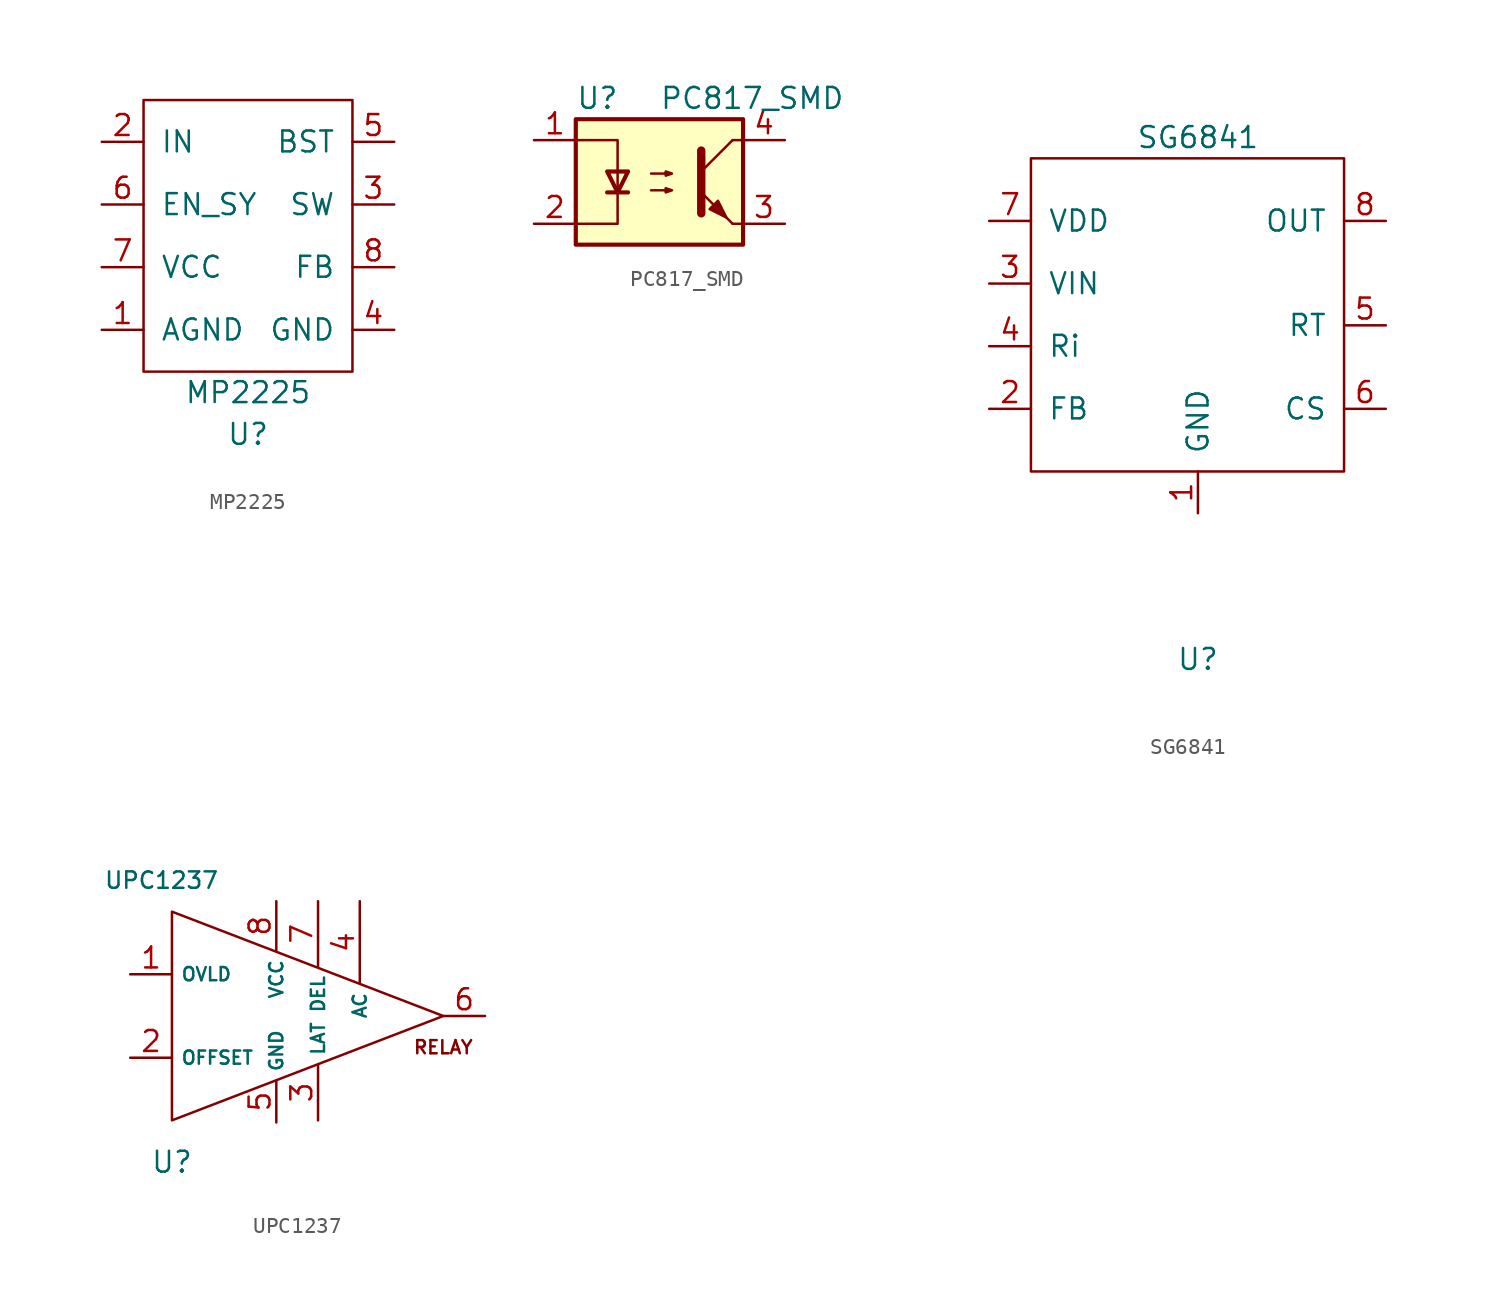
<source format=kicad_sym>
(kicad_symbol_lib
  (version 20211014)
  (generator kicad_symbol_editor)
  (symbol "MP2225"
    (pin_names
      (offset 1.016))
    (property "Reference" "U"
      (at 0 -12.7 0)
      (effects (font (size 1.27 1.27))))
    (property "Value" "MP2225"
      (at 0 -10.16 0)
      (effects (font (size 1.27 1.27))))
    (symbol "MP2225_0_1"
      (rectangle (start 6.35 7.62) (end -6.35 -8.89) (stroke (width 0) (type default) (color 0 0 0 0)) (fill (type none))))
    (symbol "MP2225_1_1"
      (pin input line (at -8.89 -6.35 0) (length 2.54) (name "AGND" (effects (font (size 1.27 1.27)))) (number "1" (effects (font (size 1.27 1.27)))))
      (pin input line (at -8.89 5.08 0) (length 2.54) (name "IN" (effects (font (size 1.27 1.27)))) (number "2" (effects (font (size 1.27 1.27)))))
      (pin input line (at 8.89 1.27 180) (length 2.54) (name "SW" (effects (font (size 1.27 1.27)))) (number "3" (effects (font (size 1.27 1.27)))))
      (pin input line (at 8.89 -6.35 180) (length 2.54) (name "GND" (effects (font (size 1.27 1.27)))) (number "4" (effects (font (size 1.27 1.27)))))
      (pin input line (at 8.89 5.08 180) (length 2.54) (name "BST" (effects (font (size 1.27 1.27)))) (number "5" (effects (font (size 1.27 1.27)))))
      (pin input line (at -8.89 1.27 0) (length 2.54) (name "EN_SY" (effects (font (size 1.27 1.27)))) (number "6" (effects (font (size 1.27 1.27)))))
      (pin input line (at -8.89 -2.54 0) (length 2.54) (name "VCC" (effects (font (size 1.27 1.27)))) (number "7" (effects (font (size 1.27 1.27)))))
      (pin input line (at 8.89 -2.54 180) (length 2.54) (name "FB" (effects (font (size 1.27 1.27)))) (number "8" (effects (font (size 1.27 1.27)))))))
  (symbol "PC817_SMD"
    (pin_names
      (offset 1.016))
    (property "Reference" "U"
      (at -5.08 5.08 0)
      (effects (font (size 1.27 1.27)) (justify left)))
    (property "Value" "PC817_SMD"
      (at 0 5.08 0)
      (effects (font (size 1.27 1.27)) (justify left)))
    (symbol "PC817_SMD_0_1"
      (rectangle (start -5.08 3.81) (end 5.08 -3.81) (stroke (width 0.254) (type default) (color 0 0 0 0)) (fill (type background)))
      (polyline (pts (xy -3.175 -0.635) (xy -1.905 -0.635)) (stroke (width 0.254) (type default) (color 0 0 0 0)) (fill (type none)))
      (polyline (pts (xy 2.54 0.635) (xy 4.445 2.54)) (stroke (width 0) (type default) (color 0 0 0 0)) (fill (type none)))
      (polyline (pts (xy 4.445 -2.54) (xy 2.54 -0.635)) (stroke (width 0) (type default) (color 0 0 0 0)) (fill (type outline)))
      (polyline (pts (xy 4.445 -2.54) (xy 5.08 -2.54)) (stroke (width 0) (type default) (color 0 0 0 0)) (fill (type none)))
      (polyline (pts (xy 4.445 2.54) (xy 5.08 2.54)) (stroke (width 0) (type default) (color 0 0 0 0)) (fill (type none)))
      (polyline (pts (xy -5.08 2.54) (xy -2.54 2.54) (xy -2.54 -0.635)) (stroke (width 0) (type default) (color 0 0 0 0)) (fill (type none)))
      (polyline (pts (xy -2.54 -0.635) (xy -2.54 -2.54) (xy -5.08 -2.54)) (stroke (width 0) (type default) (color 0 0 0 0)) (fill (type none)))
      (polyline (pts (xy 2.54 1.905) (xy 2.54 -1.905) (xy 2.54 -1.905)) (stroke (width 0.508) (type default) (color 0 0 0 0)) (fill (type none)))
      (polyline (pts (xy -2.54 -0.635) (xy -3.175 0.635) (xy -1.905 0.635) (xy -2.54 -0.635)) (stroke (width 0.254) (type default) (color 0 0 0 0)) (fill (type none)))
      (polyline (pts (xy -0.508 -0.508) (xy 0.762 -0.508) (xy 0.381 -0.635) (xy 0.381 -0.381) (xy 0.762 -0.508)) (stroke (width 0) (type default) (color 0 0 0 0)) (fill (type none)))
      (polyline (pts (xy -0.508 0.508) (xy 0.762 0.508) (xy 0.381 0.381) (xy 0.381 0.635) (xy 0.762 0.508)) (stroke (width 0) (type default) (color 0 0 0 0)) (fill (type none)))
      (polyline (pts (xy 3.048 -1.651) (xy 3.556 -1.143) (xy 4.064 -2.159) (xy 3.048 -1.651) (xy 3.048 -1.651)) (stroke (width 0) (type default) (color 0 0 0 0)) (fill (type outline))))
    (symbol "PC817_SMD_1_1"
      (pin passive line (at -7.62 2.54 0) (length 2.54) (name "~" (effects (font (size 1.27 1.27)))) (number "1" (effects (font (size 1.27 1.27)))))
      (pin passive line (at -7.62 -2.54 0) (length 2.54) (name "~" (effects (font (size 1.27 1.27)))) (number "2" (effects (font (size 1.27 1.27)))))
      (pin passive line (at 7.62 -2.54 180) (length 2.54) (name "~" (effects (font (size 1.27 1.27)))) (number "3" (effects (font (size 1.27 1.27)))))
      (pin passive line (at 7.62 2.54 180) (length 2.54) (name "~" (effects (font (size 1.27 1.27)))) (number "4" (effects (font (size 1.27 1.27)))))))
  (symbol "SG6841"
    (pin_names
      (offset 1.016))
    (property "Reference" "U"
      (at 0 -20.32 0)
      (effects (font (size 1.27 1.27))))
    (property "Value" "SG6841"
      (at 0 11.43 0)
      (effects (font (size 1.27 1.27))))
    (symbol "SG6841_0_1"
      (rectangle (start -10.16 10.16) (end 8.89 -8.89) (stroke (width 0) (type default) (color 0 0 0 0)) (fill (type none))))
    (symbol "SG6841_1_1"
      (pin passive line (at 0 -11.43 90) (length 2.54) (name "GND" (effects (font (size 1.27 1.27)))) (number "1" (effects (font (size 1.27 1.27)))))
      (pin passive line (at -12.7 -5.08 0) (length 2.54) (name "FB" (effects (font (size 1.27 1.27)))) (number "2" (effects (font (size 1.27 1.27)))))
      (pin input line (at -12.7 2.54 0) (length 2.54) (name "VIN" (effects (font (size 1.27 1.27)))) (number "3" (effects (font (size 1.27 1.27)))))
      (pin passive line (at -12.7 -1.27 0) (length 2.54) (name "Ri" (effects (font (size 1.27 1.27)))) (number "4" (effects (font (size 1.27 1.27)))))
      (pin passive line (at 11.43 0 180) (length 2.54) (name "RT" (effects (font (size 1.27 1.27)))) (number "5" (effects (font (size 1.27 1.27)))))
      (pin input line (at 11.43 -5.08 180) (length 2.54) (name "CS" (effects (font (size 1.27 1.27)))) (number "6" (effects (font (size 1.27 1.27)))))
      (pin input line (at -12.7 6.35 0) (length 2.54) (name "VDD" (effects (font (size 1.27 1.27)))) (number "7" (effects (font (size 1.27 1.27)))))
      (pin output line (at 11.43 6.35 180) (length 2.54) (name "OUT" (effects (font (size 1.27 1.27)))) (number "8" (effects (font (size 1.27 1.27)))))))
  (symbol "UPC1237"
    (property "Reference" "U"
      (at -5.08 -8.89 0)
      (effects (font (size 1.27 1.27))))
    (property "Value" "UPC1237"
      (at -5.715 8.255 0)
      (effects (font (size 1 1))))
    (symbol "UPC1237_0_0"
      (text "RELAY" (at 11.43 -1.905 0) (effects (font (size 0.8 0.8)))))
    (symbol "UPC1237_0_1"
      (polyline (pts (xy -5.08 6.35) (xy -5.08 -6.35) (xy 11.43 0) (xy -5.08 6.35)) (stroke (width 0) (type default) (color 0 0 0 0)) (fill (type none))))
    (symbol "UPC1237_1_1"
      (pin input line (at -7.62 2.54 0) (length 2.54) (name "OVLD" (effects (font (size 0.8 0.8)))) (number "1" (effects (font (size 1.27 1.27)))))
      (pin input line (at -7.62 -2.54 0) (length 2.54) (name "OFFSET" (effects (font (size 0.8 0.8)))) (number "2" (effects (font (size 1.27 1.27)))))
      (pin input line (at 3.81 -6.35 90) (length 3.4) (name "LAT" (effects (font (size 0.8 0.8)))) (number "3" (effects (font (size 1.27 1.27)))))
      (pin input line (at 6.35 6.985 270) (length 5) (name "AC" (effects (font (size 0.8 0.8)))) (number "4" (effects (font (size 1.27 1.27)))))
      (pin input line (at 1.27 -6.477 90) (length 2.54) (name "GND" (effects (font (size 0.8 0.8)))) (number "5" (effects (font (size 1.27 1.27)))))
      (pin input line (at 13.97 0 180) (length 2.54) (name "" (effects (font (size 0.8 0.8)))) (number "6" (effects (font (size 1.27 1.27)))))
      (pin input line (at 3.81 6.985 270) (length 3.96) (name "DEL" (effects (font (size 0.8 0.8)))) (number "7" (effects (font (size 1.27 1.27)))))
      (pin input line (at 1.27 6.985 270) (length 3) (name "VCC" (effects (font (size 0.8 0.8)))) (number "8" (effects (font (size 1.27 1.27))))))))
</source>
